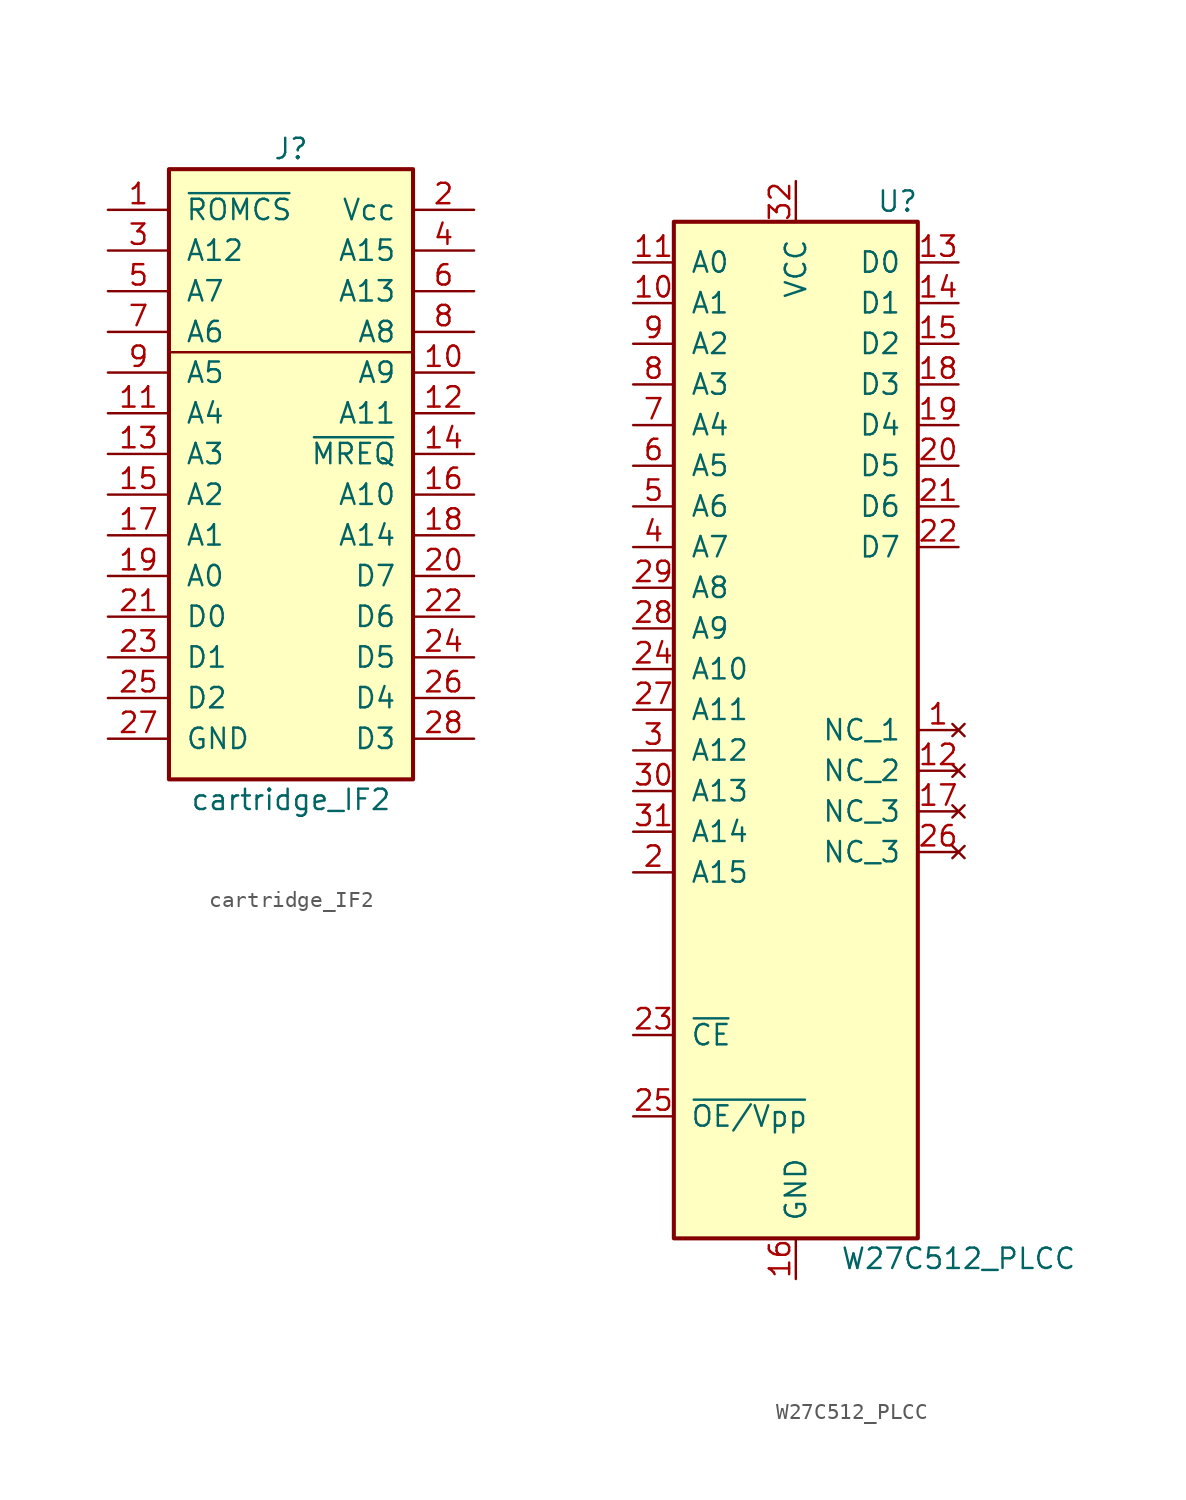
<source format=kicad_sym>
(kicad_symbol_lib
  (version 20231120)
  (generator "kicad_symbol_editor")
  (generator_version "8.0")
  (symbol "cartridge_IF2"
    (pin_names
      (offset 1.016))
    (property "Reference" "J"
      (at 1.27 24.13 0)
      (effects (font (size 1.27 1.27))))
    (property "Value" "cartridge_IF2"
      (at 1.27 -16.51 0)
      (effects (font (size 1.27 1.27))))
    (symbol "cartridge_IF2_0_1"
      (polyline (pts (xy -6.35 11.43) (xy 8.89 11.43)) (stroke (width 0) (type default)) (fill (type none))))
    (symbol "cartridge_IF2_1_1"
      (rectangle (start -6.35 22.86) (end 8.89 -15.24) (stroke (width 0.254) (type default)) (fill (type background)))
      (pin passive line (at -10.16 20.32 0) (length 3.81) (name "~{ROMCS}" (effects (font (size 1.27 1.27)))) (number "1" (effects (font (size 1.27 1.27)))))
      (pin passive line (at 12.7 10.16 180) (length 3.81) (name "A9" (effects (font (size 1.27 1.27)))) (number "10" (effects (font (size 1.27 1.27)))))
      (pin passive line (at -10.16 7.62 0) (length 3.81) (name "A4" (effects (font (size 1.27 1.27)))) (number "11" (effects (font (size 1.27 1.27)))))
      (pin passive line (at 12.7 7.62 180) (length 3.81) (name "A11" (effects (font (size 1.27 1.27)))) (number "12" (effects (font (size 1.27 1.27)))))
      (pin passive line (at -10.16 5.08 0) (length 3.81) (name "A3" (effects (font (size 1.27 1.27)))) (number "13" (effects (font (size 1.27 1.27)))))
      (pin passive line (at 12.7 5.08 180) (length 3.81) (name "~{MREQ}" (effects (font (size 1.27 1.27)))) (number "14" (effects (font (size 1.27 1.27)))))
      (pin passive line (at -10.16 2.54 0) (length 3.81) (name "A2" (effects (font (size 1.27 1.27)))) (number "15" (effects (font (size 1.27 1.27)))))
      (pin passive line (at 12.7 2.54 180) (length 3.81) (name "A10" (effects (font (size 1.27 1.27)))) (number "16" (effects (font (size 1.27 1.27)))))
      (pin passive line (at -10.16 0 0) (length 3.81) (name "A1" (effects (font (size 1.27 1.27)))) (number "17" (effects (font (size 1.27 1.27)))))
      (pin passive line (at 12.7 0 180) (length 3.81) (name "A14" (effects (font (size 1.27 1.27)))) (number "18" (effects (font (size 1.27 1.27)))))
      (pin passive line (at -10.16 -2.54 0) (length 3.81) (name "A0" (effects (font (size 1.27 1.27)))) (number "19" (effects (font (size 1.27 1.27)))))
      (pin passive line (at 12.7 20.32 180) (length 3.81) (name "Vcc" (effects (font (size 1.27 1.27)))) (number "2" (effects (font (size 1.27 1.27)))))
      (pin passive line (at 12.7 -2.54 180) (length 3.81) (name "D7" (effects (font (size 1.27 1.27)))) (number "20" (effects (font (size 1.27 1.27)))))
      (pin passive line (at -10.16 -5.08 0) (length 3.81) (name "D0" (effects (font (size 1.27 1.27)))) (number "21" (effects (font (size 1.27 1.27)))))
      (pin passive line (at 12.7 -5.08 180) (length 3.81) (name "D6" (effects (font (size 1.27 1.27)))) (number "22" (effects (font (size 1.27 1.27)))))
      (pin passive line (at -10.16 -7.62 0) (length 3.81) (name "D1" (effects (font (size 1.27 1.27)))) (number "23" (effects (font (size 1.27 1.27)))))
      (pin passive line (at 12.7 -7.62 180) (length 3.81) (name "D5" (effects (font (size 1.27 1.27)))) (number "24" (effects (font (size 1.27 1.27)))))
      (pin passive line (at -10.16 -10.16 0) (length 3.81) (name "D2" (effects (font (size 1.27 1.27)))) (number "25" (effects (font (size 1.27 1.27)))))
      (pin passive line (at 12.7 -10.16 180) (length 3.81) (name "D4" (effects (font (size 1.27 1.27)))) (number "26" (effects (font (size 1.27 1.27)))))
      (pin passive line (at -10.16 -12.7 0) (length 3.81) (name "GND" (effects (font (size 1.27 1.27)))) (number "27" (effects (font (size 1.27 1.27)))))
      (pin passive line (at 12.7 -12.7 180) (length 3.81) (name "D3" (effects (font (size 1.27 1.27)))) (number "28" (effects (font (size 1.27 1.27)))))
      (pin passive line (at -10.16 17.78 0) (length 3.81) (name "A12" (effects (font (size 1.27 1.27)))) (number "3" (effects (font (size 1.27 1.27)))))
      (pin passive line (at 12.7 17.78 180) (length 3.81) (name "A15" (effects (font (size 1.27 1.27)))) (number "4" (effects (font (size 1.27 1.27)))))
      (pin passive line (at -10.16 15.24 0) (length 3.81) (name "A7" (effects (font (size 1.27 1.27)))) (number "5" (effects (font (size 1.27 1.27)))))
      (pin passive line (at 12.7 15.24 180) (length 3.81) (name "A13" (effects (font (size 1.27 1.27)))) (number "6" (effects (font (size 1.27 1.27)))))
      (pin passive line (at -10.16 12.7 0) (length 3.81) (name "A6" (effects (font (size 1.27 1.27)))) (number "7" (effects (font (size 1.27 1.27)))))
      (pin passive line (at 12.7 12.7 180) (length 3.81) (name "A8" (effects (font (size 1.27 1.27)))) (number "8" (effects (font (size 1.27 1.27)))))
      (pin passive line (at -10.16 10.16 0) (length 3.81) (name "A5" (effects (font (size 1.27 1.27)))) (number "9" (effects (font (size 1.27 1.27)))))))
  (symbol "W27C512_PLCC"
    (pin_names
      (offset 1.016))
    (property "Reference" "U"
      (at 6.35 33.02 0)
      (effects (font (size 1.27 1.27))))
    (property "Value" "W27C512_PLCC"
      (at 10.16 -33.02 0)
      (effects (font (size 1.27 1.27))))
    (symbol "W27C512_PLCC_1_1"
      (rectangle (start -7.62 31.75) (end 7.62 -31.75) (stroke (width 0.254) (type default)) (fill (type background)))
      (pin no_connect line (at 10.16 0 180) (length 2.54) (name "NC_1" (effects (font (size 1.27 1.27)))) (number "1" (effects (font (size 1.27 1.27)))))
      (pin input line (at -10.16 26.67 0) (length 2.54) (name "A1" (effects (font (size 1.27 1.27)))) (number "10" (effects (font (size 1.27 1.27)))))
      (pin input line (at -10.16 29.21 0) (length 2.54) (name "A0" (effects (font (size 1.27 1.27)))) (number "11" (effects (font (size 1.27 1.27)))))
      (pin no_connect line (at 10.16 -2.54 180) (length 2.54) (name "NC_2" (effects (font (size 1.27 1.27)))) (number "12" (effects (font (size 1.27 1.27)))))
      (pin tri_state line (at 10.16 29.21 180) (length 2.54) (name "D0" (effects (font (size 1.27 1.27)))) (number "13" (effects (font (size 1.27 1.27)))))
      (pin tri_state line (at 10.16 26.67 180) (length 2.54) (name "D1" (effects (font (size 1.27 1.27)))) (number "14" (effects (font (size 1.27 1.27)))))
      (pin tri_state line (at 10.16 24.13 180) (length 2.54) (name "D2" (effects (font (size 1.27 1.27)))) (number "15" (effects (font (size 1.27 1.27)))))
      (pin power_in line (at 0 -34.29 90) (length 2.54) (name "GND" (effects (font (size 1.27 1.27)))) (number "16" (effects (font (size 1.27 1.27)))))
      (pin no_connect line (at 10.16 -5.08 180) (length 2.54) (name "NC_3" (effects (font (size 1.27 1.27)))) (number "17" (effects (font (size 1.27 1.27)))))
      (pin tri_state line (at 10.16 21.59 180) (length 2.54) (name "D3" (effects (font (size 1.27 1.27)))) (number "18" (effects (font (size 1.27 1.27)))))
      (pin tri_state line (at 10.16 19.05 180) (length 2.54) (name "D4" (effects (font (size 1.27 1.27)))) (number "19" (effects (font (size 1.27 1.27)))))
      (pin input line (at -10.16 -8.89 0) (length 2.54) (name "A15" (effects (font (size 1.27 1.27)))) (number "2" (effects (font (size 1.27 1.27)))))
      (pin tri_state line (at 10.16 16.51 180) (length 2.54) (name "D5" (effects (font (size 1.27 1.27)))) (number "20" (effects (font (size 1.27 1.27)))))
      (pin tri_state line (at 10.16 13.97 180) (length 2.54) (name "D6" (effects (font (size 1.27 1.27)))) (number "21" (effects (font (size 1.27 1.27)))))
      (pin tri_state line (at 10.16 11.43 180) (length 2.54) (name "D7" (effects (font (size 1.27 1.27)))) (number "22" (effects (font (size 1.27 1.27)))))
      (pin input line (at -10.16 -19.05 0) (length 2.54) (name "~{CE}" (effects (font (size 1.27 1.27)))) (number "23" (effects (font (size 1.27 1.27)))))
      (pin input line (at -10.16 3.81 0) (length 2.54) (name "A10" (effects (font (size 1.27 1.27)))) (number "24" (effects (font (size 1.27 1.27)))))
      (pin input line (at -10.16 -24.13 0) (length 2.54) (name "~{OE/Vpp}" (effects (font (size 1.27 1.27)))) (number "25" (effects (font (size 1.27 1.27)))))
      (pin no_connect line (at 10.16 -7.62 180) (length 2.54) (name "NC_3" (effects (font (size 1.27 1.27)))) (number "26" (effects (font (size 1.27 1.27)))))
      (pin input line (at -10.16 1.27 0) (length 2.54) (name "A11" (effects (font (size 1.27 1.27)))) (number "27" (effects (font (size 1.27 1.27)))))
      (pin input line (at -10.16 6.35 0) (length 2.54) (name "A9" (effects (font (size 1.27 1.27)))) (number "28" (effects (font (size 1.27 1.27)))))
      (pin input line (at -10.16 8.89 0) (length 2.54) (name "A8" (effects (font (size 1.27 1.27)))) (number "29" (effects (font (size 1.27 1.27)))))
      (pin input line (at -10.16 -1.27 0) (length 2.54) (name "A12" (effects (font (size 1.27 1.27)))) (number "3" (effects (font (size 1.27 1.27)))))
      (pin input line (at -10.16 -3.81 0) (length 2.54) (name "A13" (effects (font (size 1.27 1.27)))) (number "30" (effects (font (size 1.27 1.27)))))
      (pin input line (at -10.16 -6.35 0) (length 2.54) (name "A14" (effects (font (size 1.27 1.27)))) (number "31" (effects (font (size 1.27 1.27)))))
      (pin power_in line (at 0 34.29 270) (length 2.54) (name "VCC" (effects (font (size 1.27 1.27)))) (number "32" (effects (font (size 1.27 1.27)))))
      (pin input line (at -10.16 11.43 0) (length 2.54) (name "A7" (effects (font (size 1.27 1.27)))) (number "4" (effects (font (size 1.27 1.27)))))
      (pin input line (at -10.16 13.97 0) (length 2.54) (name "A6" (effects (font (size 1.27 1.27)))) (number "5" (effects (font (size 1.27 1.27)))))
      (pin input line (at -10.16 16.51 0) (length 2.54) (name "A5" (effects (font (size 1.27 1.27)))) (number "6" (effects (font (size 1.27 1.27)))))
      (pin input line (at -10.16 19.05 0) (length 2.54) (name "A4" (effects (font (size 1.27 1.27)))) (number "7" (effects (font (size 1.27 1.27)))))
      (pin input line (at -10.16 21.59 0) (length 2.54) (name "A3" (effects (font (size 1.27 1.27)))) (number "8" (effects (font (size 1.27 1.27)))))
      (pin input line (at -10.16 24.13 0) (length 2.54) (name "A2" (effects (font (size 1.27 1.27)))) (number "9" (effects (font (size 1.27 1.27))))))))
</source>
